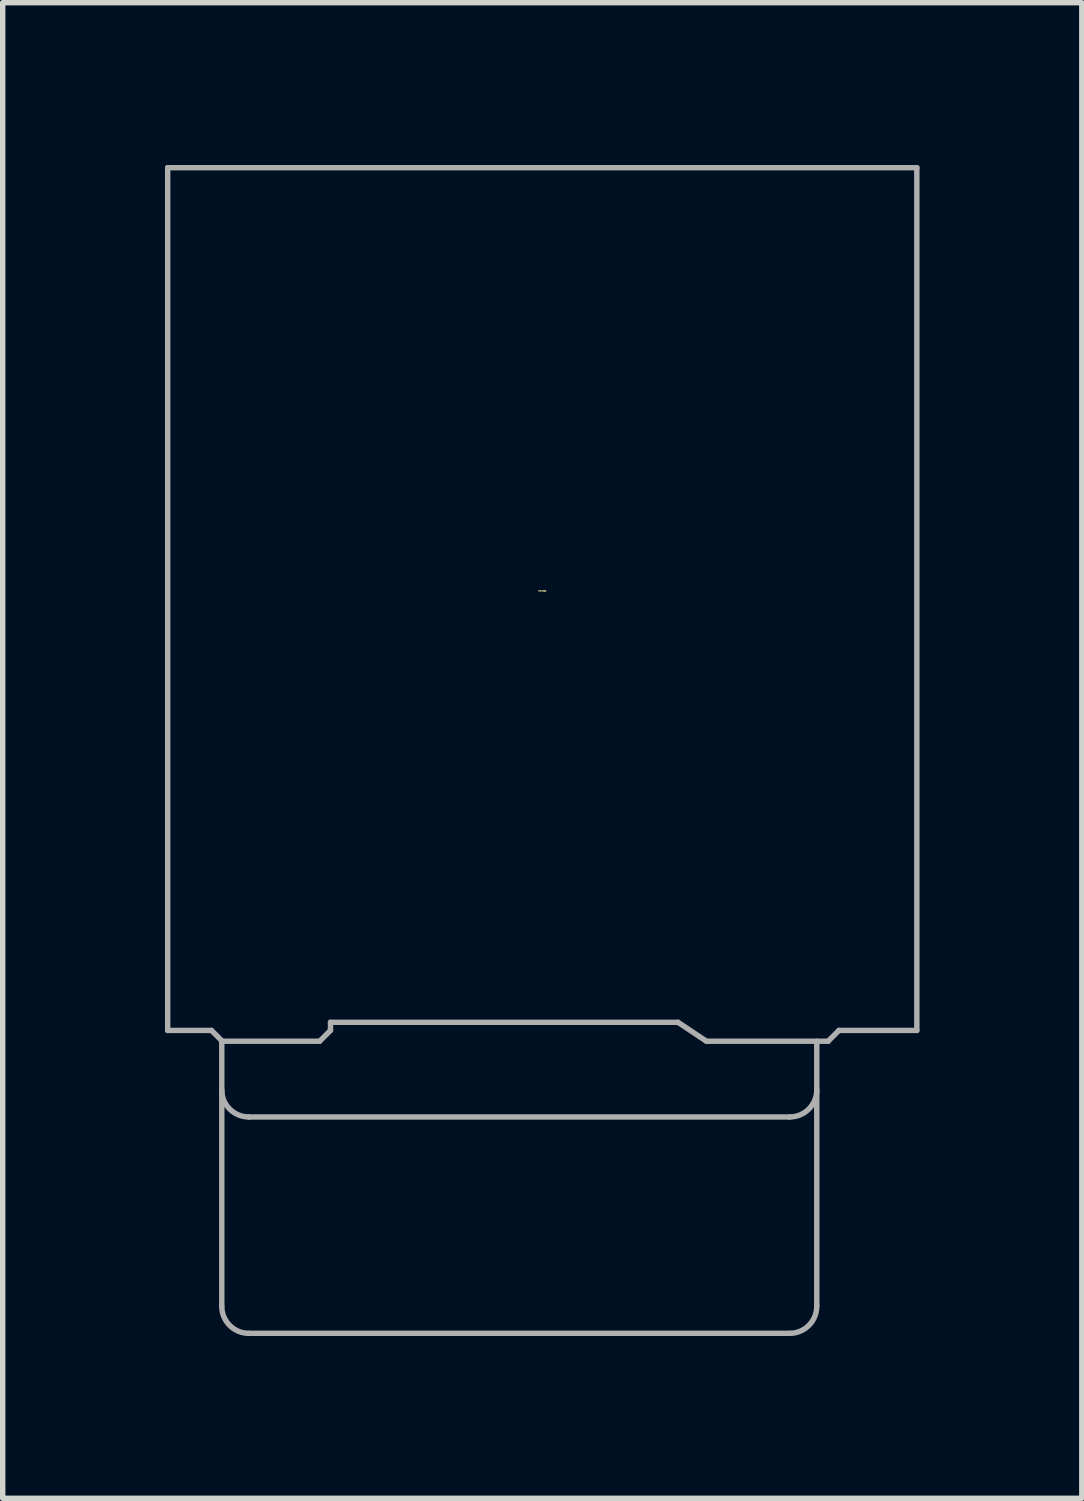
<source format=kicad_pcb>
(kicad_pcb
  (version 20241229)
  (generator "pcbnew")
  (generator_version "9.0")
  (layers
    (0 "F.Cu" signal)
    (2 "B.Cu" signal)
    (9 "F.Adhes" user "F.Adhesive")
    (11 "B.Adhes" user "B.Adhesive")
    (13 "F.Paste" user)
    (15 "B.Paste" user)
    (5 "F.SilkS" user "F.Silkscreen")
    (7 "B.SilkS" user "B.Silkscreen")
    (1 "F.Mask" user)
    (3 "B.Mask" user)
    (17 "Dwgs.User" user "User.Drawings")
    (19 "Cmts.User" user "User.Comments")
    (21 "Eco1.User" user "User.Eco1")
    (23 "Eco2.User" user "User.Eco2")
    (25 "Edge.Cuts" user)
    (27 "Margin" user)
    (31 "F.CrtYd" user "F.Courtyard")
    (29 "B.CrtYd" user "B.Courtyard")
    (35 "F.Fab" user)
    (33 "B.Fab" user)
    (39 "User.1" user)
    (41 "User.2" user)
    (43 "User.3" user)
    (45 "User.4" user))
  (footprint "MicroSD"
    (layer "F.Cu")
    (at 6.975 7.875)
    (property "Reference" "MicroSD" (at 0 0 0) (layer "F.SilkS") (effects (font (size 0.025 0.025) (thickness 0.15))))
    (attr smd board_only exclude_from_pos_files exclude_from_bom allow_missing_courtyard)
    (fp_line (start -6.925 8.125) (end -6.925 -7.825) (stroke (width 0.1) (type solid)) (layer "F.Fab"))
    (fp_line (start -6.115 8.125) (end -6.925 8.125) (stroke (width 0.1) (type solid)) (layer "F.Fab"))
    (fp_line (start -5.925 8.325) (end -5.925 13.225) (stroke (width 0.1) (type solid)) (layer "F.Fab"))
    (fp_line (start -5.915 8.325) (end -6.115 8.125) (stroke (width 0.1) (type solid)) (layer "F.Fab"))
    (fp_line (start -5.425 9.725) (end 4.575 9.725) (stroke (width 0.1) (type solid)) (layer "F.Fab"))
    (fp_line (start -5.425 13.725) (end 4.575 13.725) (stroke (width 0.1) (type solid)) (layer "F.Fab"))
    (fp_line (start -4.115 8.325) (end -5.915 8.325) (stroke (width 0.1) (type solid)) (layer "F.Fab"))
    (fp_line (start -3.915 8.125) (end -4.115 8.325) (stroke (width 0.1) (type solid)) (layer "F.Fab"))
    (fp_line (start -3.915 8.125) (end -3.915 7.975) (stroke (width 0.1) (type solid)) (layer "F.Fab"))
    (fp_line (start 2.51 7.975) (end -3.915 7.975) (stroke (width 0.1) (type solid)) (layer "F.Fab"))
    (fp_line (start 3.035 8.325) (end 2.51 7.975) (stroke (width 0.1) (type solid)) (layer "F.Fab"))
    (fp_line (start 5.075 13.225) (end 5.075 8.325) (stroke (width 0.1) (type solid)) (layer "F.Fab"))
    (fp_line (start 5.285 8.325) (end 3.035 8.325) (stroke (width 0.1) (type solid)) (layer "F.Fab"))
    (fp_line (start 5.285 8.325) (end 5.485 8.125) (stroke (width 0.1) (type solid)) (layer "F.Fab"))
    (fp_line (start 5.485 8.125) (end 6.925 8.125) (stroke (width 0.1) (type solid)) (layer "F.Fab"))
    (fp_line (start 6.925 -7.825) (end -6.925 -7.825) (stroke (width 0.1) (type solid)) (layer "F.Fab"))
    (fp_line (start 6.925 8.125) (end 6.925 -7.825) (stroke (width 0.1) (type solid)) (layer "F.Fab"))
    (fp_arc (start -5.425 9.725) (mid -5.778553 9.578553) (end -5.925 9.225) (stroke (width 0.1) (type solid)) (layer "F.Fab"))
    (fp_arc (start -5.425 13.725) (mid -5.778553 13.578553) (end -5.925 13.225) (stroke (width 0.1) (type solid)) (layer "F.Fab"))
    (fp_arc (start 5.075 9.225) (mid 4.928553 9.578553) (end 4.575 9.725) (stroke (width 0.1) (type solid)) (layer "F.Fab"))
    (fp_arc (start 5.075 13.225) (mid 4.928553 13.578553) (end 4.575 13.725) (stroke (width 0.1) (type solid)) (layer "F.Fab")))
  (gr_rect
    (start -3 -3)
    (end 16.95 24.65)
    (stroke (width 0.1) (type default))
    (fill no)
    (layer "Edge.Cuts")))
</source>
